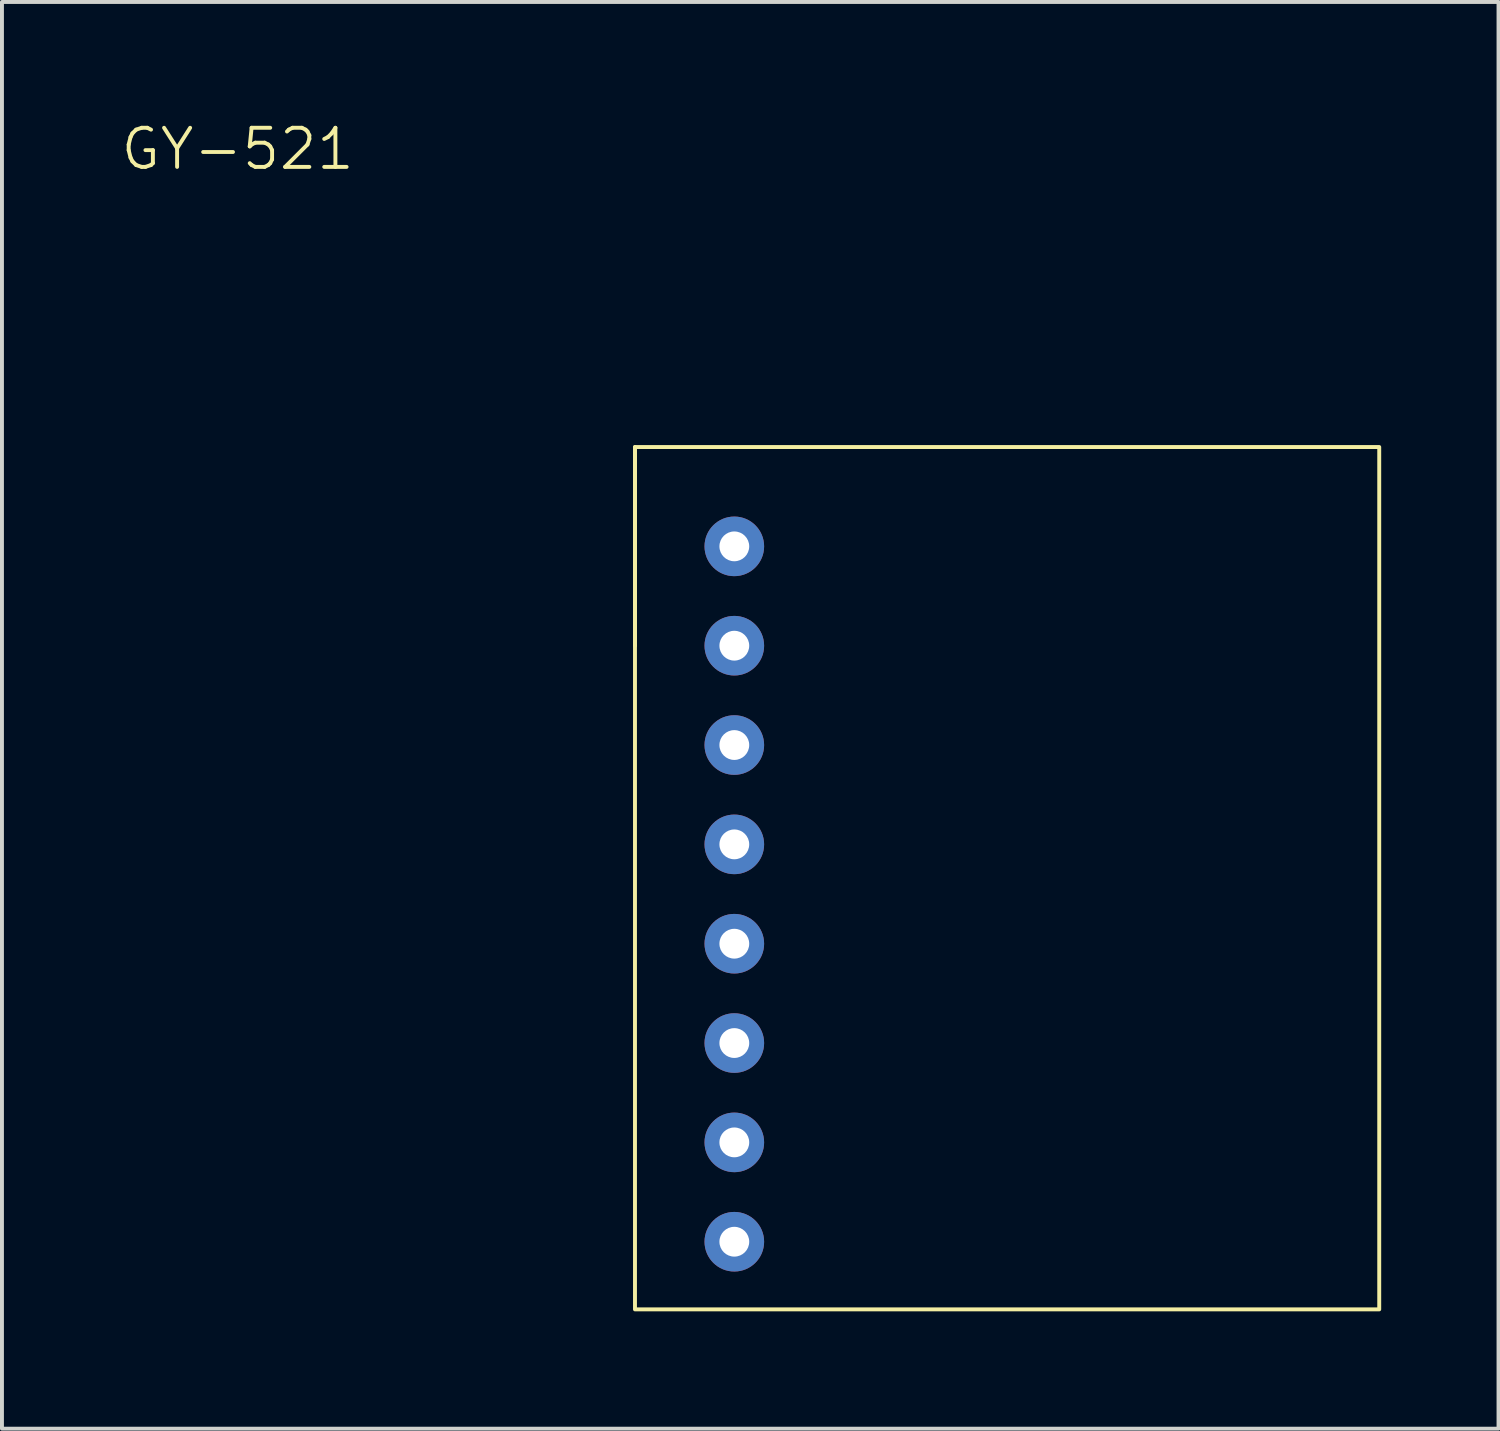
<source format=kicad_pcb>
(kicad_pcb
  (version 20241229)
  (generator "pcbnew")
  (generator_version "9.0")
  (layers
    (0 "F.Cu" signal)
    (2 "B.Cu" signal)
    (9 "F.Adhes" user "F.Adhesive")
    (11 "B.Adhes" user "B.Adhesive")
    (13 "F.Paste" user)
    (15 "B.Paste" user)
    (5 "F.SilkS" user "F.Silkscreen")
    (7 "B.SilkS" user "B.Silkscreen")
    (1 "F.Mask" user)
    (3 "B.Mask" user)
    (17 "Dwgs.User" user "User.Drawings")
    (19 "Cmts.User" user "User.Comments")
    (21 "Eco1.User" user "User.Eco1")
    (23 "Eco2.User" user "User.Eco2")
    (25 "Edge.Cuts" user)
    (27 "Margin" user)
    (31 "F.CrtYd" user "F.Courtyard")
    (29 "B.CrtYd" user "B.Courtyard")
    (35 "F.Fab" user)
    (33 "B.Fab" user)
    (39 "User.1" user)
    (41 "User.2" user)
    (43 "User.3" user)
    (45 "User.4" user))
  (footprint "GY-521"
    (layer "F.Cu")
    (at 13.186 8.38)
    (property "Reference" "GY-521" (at -10.16 -7.62 0) (unlocked yes) (layer "F.SilkS") (effects (font (size 1 1) (thickness 0.1))))
    (attr through_hole)
    (fp_line (start 0 0) (end 0 5.08) (stroke (width 0.1) (type default)) (layer "F.SilkS"))
    (fp_rect (start 0 0) (end 19.03 22.05) (stroke (width 0.1) (type default)) (fill no) (layer "F.SilkS"))
    (pad "1" thru_hole circle (at 2.54 2.54) (size 1.524 1.524) (drill 0.762) (layers "*.Cu" "*.Mask"))
    (pad "2" thru_hole circle (at 2.54 5.08) (size 1.524 1.524) (drill 0.762) (layers "*.Cu" "*.Mask"))
    (pad "3" thru_hole circle (at 2.54 7.62) (size 1.524 1.524) (drill 0.762) (layers "*.Cu" "*.Mask"))
    (pad "4" thru_hole circle (at 2.54 10.16) (size 1.524 1.524) (drill 0.762) (layers "*.Cu" "*.Mask"))
    (pad "5" thru_hole circle (at 2.54 12.7) (size 1.524 1.524) (drill 0.762) (layers "*.Cu" "*.Mask"))
    (pad "6" thru_hole circle (at 2.54 15.24) (size 1.524 1.524) (drill 0.762) (layers "*.Cu" "*.Mask"))
    (pad "7" thru_hole circle (at 2.54 17.78) (size 1.524 1.524) (drill 0.762) (layers "*.Cu" "*.Mask"))
    (pad "8" thru_hole circle (at 2.54 20.32) (size 1.524 1.524) (drill 0.762) (layers "*.Cu" "*.Mask")))
  (gr_rect
    (start -3 -3)
    (end 35.266 33.48)
    (stroke (width 0.1) (type default))
    (fill no)
    (layer "Edge.Cuts")))
</source>
